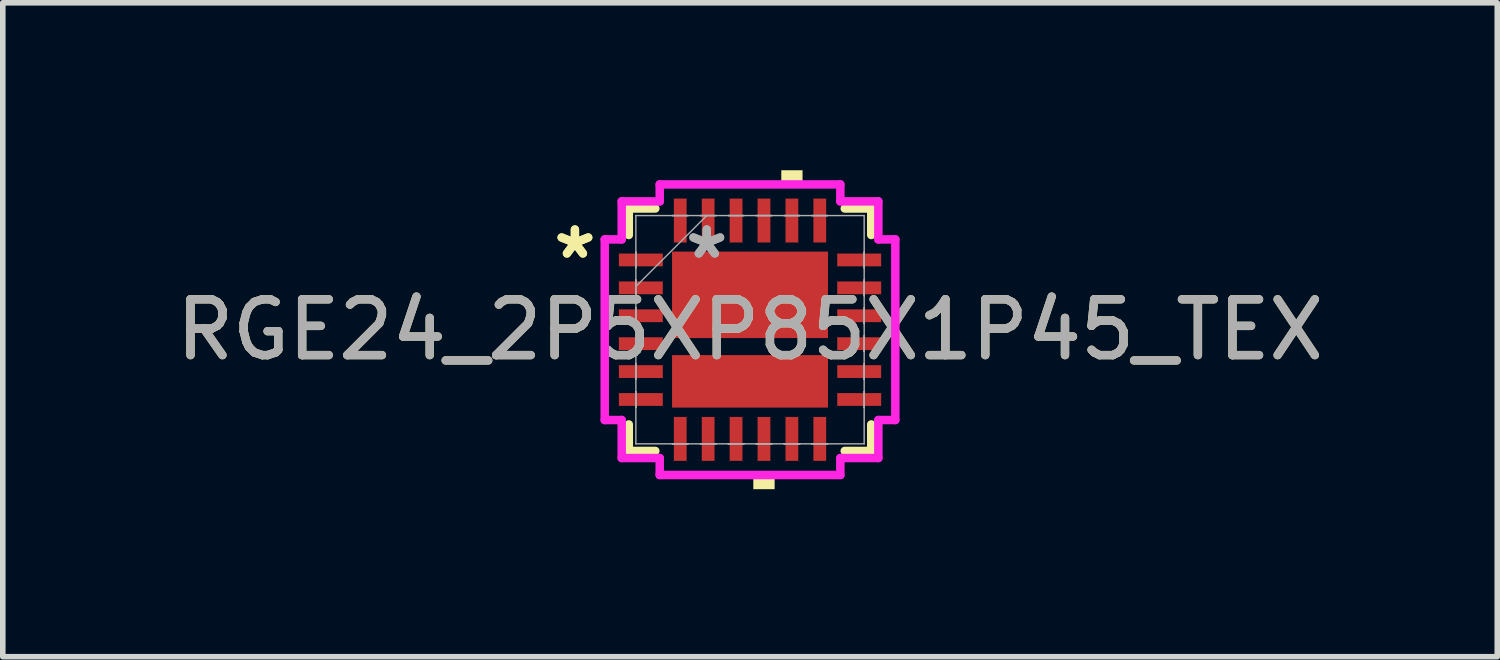
<source format=kicad_pcb>
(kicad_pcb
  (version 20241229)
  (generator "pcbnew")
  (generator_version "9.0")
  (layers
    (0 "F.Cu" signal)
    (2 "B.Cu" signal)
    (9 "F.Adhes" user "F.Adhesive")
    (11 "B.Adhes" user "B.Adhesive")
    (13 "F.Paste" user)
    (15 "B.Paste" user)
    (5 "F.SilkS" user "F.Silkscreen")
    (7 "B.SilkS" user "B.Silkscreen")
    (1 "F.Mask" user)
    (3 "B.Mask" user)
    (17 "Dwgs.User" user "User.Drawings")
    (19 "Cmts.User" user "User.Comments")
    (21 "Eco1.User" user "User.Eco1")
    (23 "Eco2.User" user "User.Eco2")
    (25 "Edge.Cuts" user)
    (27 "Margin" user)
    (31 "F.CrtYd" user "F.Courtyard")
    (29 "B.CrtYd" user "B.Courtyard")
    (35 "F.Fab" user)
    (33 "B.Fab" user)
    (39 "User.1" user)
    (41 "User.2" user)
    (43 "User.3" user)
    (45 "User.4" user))
  (footprint "RGE24_2P5XP85X1P45_TEX"
    (layer "F.Cu")
    (at 10.387 2.857)
    (property "Reference" "RGE24_2P5XP85X1P45_TEX" (at 0 0 0) (unlocked yes) (layer "F.SilkS") (effects (font (size 1 1) (thickness 0.15))))
    (attr smd)
    (fp_line (start -2.172 -2.172) (end -2.172 -1.697) (stroke (width 0.152) (type solid)) (layer "F.SilkS"))
    (fp_line (start -2.172 1.697) (end -2.172 2.172) (stroke (width 0.152) (type solid)) (layer "F.SilkS"))
    (fp_line (start -2.172 2.172) (end -1.697 2.172) (stroke (width 0.152) (type solid)) (layer "F.SilkS"))
    (fp_line (start -1.697 -2.172) (end -2.172 -2.172) (stroke (width 0.152) (type solid)) (layer "F.SilkS"))
    (fp_line (start 1.697 2.172) (end 2.172 2.172) (stroke (width 0.152) (type solid)) (layer "F.SilkS"))
    (fp_line (start 2.172 -2.172) (end 1.697 -2.172) (stroke (width 0.152) (type solid)) (layer "F.SilkS"))
    (fp_line (start 2.172 -1.697) (end 2.172 -2.172) (stroke (width 0.152) (type solid)) (layer "F.SilkS"))
    (fp_line (start 2.172 2.172) (end 2.172 1.697) (stroke (width 0.152) (type solid)) (layer "F.SilkS"))
    (fp_poly (pts (xy 0.059 2.603) (xy 0.059 2.857) (xy 0.441 2.857) (xy 0.441 2.603)) (stroke (width 0) (type solid)) (fill yes) (layer "F.SilkS"))
    (fp_poly (pts (xy 0.56 -2.603) (xy 0.56 -2.857) (xy 0.941 -2.857) (xy 0.941 -2.603)) (stroke (width 0) (type solid)) (fill yes) (layer "F.SilkS"))
    (fp_line (start -2.603 -1.618) (end -2.299 -1.618) (stroke (width 0.152) (type solid)) (layer "F.CrtYd"))
    (fp_line (start -2.603 1.618) (end -2.603 -1.618) (stroke (width 0.152) (type solid)) (layer "F.CrtYd"))
    (fp_line (start -2.299 -2.299) (end -1.618 -2.299) (stroke (width 0.152) (type solid)) (layer "F.CrtYd"))
    (fp_line (start -2.299 -1.618) (end -2.299 -2.299) (stroke (width 0.152) (type solid)) (layer "F.CrtYd"))
    (fp_line (start -2.299 1.618) (end -2.603 1.618) (stroke (width 0.152) (type solid)) (layer "F.CrtYd"))
    (fp_line (start -2.299 2.299) (end -2.299 1.618) (stroke (width 0.152) (type solid)) (layer "F.CrtYd"))
    (fp_line (start -1.618 -2.603) (end 1.618 -2.603) (stroke (width 0.152) (type solid)) (layer "F.CrtYd"))
    (fp_line (start -1.618 -2.299) (end -1.618 -2.603) (stroke (width 0.152) (type solid)) (layer "F.CrtYd"))
    (fp_line (start -1.618 2.299) (end -2.299 2.299) (stroke (width 0.152) (type solid)) (layer "F.CrtYd"))
    (fp_line (start -1.618 2.603) (end -1.618 2.299) (stroke (width 0.152) (type solid)) (layer "F.CrtYd"))
    (fp_line (start 1.618 -2.603) (end 1.618 -2.299) (stroke (width 0.152) (type solid)) (layer "F.CrtYd"))
    (fp_line (start 1.618 -2.299) (end 2.299 -2.299) (stroke (width 0.152) (type solid)) (layer "F.CrtYd"))
    (fp_line (start 1.618 2.299) (end 1.618 2.603) (stroke (width 0.152) (type solid)) (layer "F.CrtYd"))
    (fp_line (start 1.618 2.603) (end -1.618 2.603) (stroke (width 0.152) (type solid)) (layer "F.CrtYd"))
    (fp_line (start 2.299 -2.299) (end 2.299 -1.618) (stroke (width 0.152) (type solid)) (layer "F.CrtYd"))
    (fp_line (start 2.299 -1.618) (end 2.603 -1.618) (stroke (width 0.152) (type solid)) (layer "F.CrtYd"))
    (fp_line (start 2.299 1.618) (end 2.299 2.299) (stroke (width 0.152) (type solid)) (layer "F.CrtYd"))
    (fp_line (start 2.299 2.299) (end 1.618 2.299) (stroke (width 0.152) (type solid)) (layer "F.CrtYd"))
    (fp_line (start 2.603 -1.618) (end 2.603 1.618) (stroke (width 0.152) (type solid)) (layer "F.CrtYd"))
    (fp_line (start 2.603 1.618) (end 2.299 1.618) (stroke (width 0.152) (type solid)) (layer "F.CrtYd"))
    (fp_line (start -2.045 -2.045) (end -2.045 2.045) (stroke (width 0.025) (type solid)) (layer "F.Fab"))
    (fp_line (start -2.045 -1.39) (end -2.045 -1.39) (stroke (width 0.025) (type solid)) (layer "F.Fab"))
    (fp_line (start -2.045 -1.39) (end -2.045 -1.11) (stroke (width 0.025) (type solid)) (layer "F.Fab"))
    (fp_line (start -2.045 -1.11) (end -2.045 -1.39) (stroke (width 0.025) (type solid)) (layer "F.Fab"))
    (fp_line (start -2.045 -1.11) (end -2.045 -1.11) (stroke (width 0.025) (type solid)) (layer "F.Fab"))
    (fp_line (start -2.045 -0.89) (end -2.045 -0.89) (stroke (width 0.025) (type solid)) (layer "F.Fab"))
    (fp_line (start -2.045 -0.89) (end -2.045 -0.61) (stroke (width 0.025) (type solid)) (layer "F.Fab"))
    (fp_line (start -2.045 -0.775) (end -0.775 -2.045) (stroke (width 0.025) (type solid)) (layer "F.Fab"))
    (fp_line (start -2.045 -0.61) (end -2.045 -0.89) (stroke (width 0.025) (type solid)) (layer "F.Fab"))
    (fp_line (start -2.045 -0.61) (end -2.045 -0.61) (stroke (width 0.025) (type solid)) (layer "F.Fab"))
    (fp_line (start -2.045 -0.39) (end -2.045 -0.39) (stroke (width 0.025) (type solid)) (layer "F.Fab"))
    (fp_line (start -2.045 -0.39) (end -2.045 -0.11) (stroke (width 0.025) (type solid)) (layer "F.Fab"))
    (fp_line (start -2.045 -0.11) (end -2.045 -0.39) (stroke (width 0.025) (type solid)) (layer "F.Fab"))
    (fp_line (start -2.045 -0.11) (end -2.045 -0.11) (stroke (width 0.025) (type solid)) (layer "F.Fab"))
    (fp_line (start -2.045 0.11) (end -2.045 0.11) (stroke (width 0.025) (type solid)) (layer "F.Fab"))
    (fp_line (start -2.045 0.11) (end -2.045 0.39) (stroke (width 0.025) (type solid)) (layer "F.Fab"))
    (fp_line (start -2.045 0.39) (end -2.045 0.11) (stroke (width 0.025) (type solid)) (layer "F.Fab"))
    (fp_line (start -2.045 0.39) (end -2.045 0.39) (stroke (width 0.025) (type solid)) (layer "F.Fab"))
    (fp_line (start -2.045 0.61) (end -2.045 0.61) (stroke (width 0.025) (type solid)) (layer "F.Fab"))
    (fp_line (start -2.045 0.61) (end -2.045 0.89) (stroke (width 0.025) (type solid)) (layer "F.Fab"))
    (fp_line (start -2.045 0.89) (end -2.045 0.61) (stroke (width 0.025) (type solid)) (layer "F.Fab"))
    (fp_line (start -2.045 0.89) (end -2.045 0.89) (stroke (width 0.025) (type solid)) (layer "F.Fab"))
    (fp_line (start -2.045 1.11) (end -2.045 1.11) (stroke (width 0.025) (type solid)) (layer "F.Fab"))
    (fp_line (start -2.045 1.11) (end -2.045 1.39) (stroke (width 0.025) (type solid)) (layer "F.Fab"))
    (fp_line (start -2.045 1.39) (end -2.045 1.11) (stroke (width 0.025) (type solid)) (layer "F.Fab"))
    (fp_line (start -2.045 1.39) (end -2.045 1.39) (stroke (width 0.025) (type solid)) (layer "F.Fab"))
    (fp_line (start -2.045 2.045) (end 2.045 2.045) (stroke (width 0.025) (type solid)) (layer "F.Fab"))
    (fp_line (start -1.39 -2.045) (end -1.39 -2.045) (stroke (width 0.025) (type solid)) (layer "F.Fab"))
    (fp_line (start -1.39 -2.045) (end -1.11 -2.045) (stroke (width 0.025) (type solid)) (layer "F.Fab"))
    (fp_line (start -1.39 2.045) (end -1.39 2.045) (stroke (width 0.025) (type solid)) (layer "F.Fab"))
    (fp_line (start -1.39 2.045) (end -1.11 2.045) (stroke (width 0.025) (type solid)) (layer "F.Fab"))
    (fp_line (start -1.11 -2.045) (end -1.39 -2.045) (stroke (width 0.025) (type solid)) (layer "F.Fab"))
    (fp_line (start -1.11 -2.045) (end -1.11 -2.045) (stroke (width 0.025) (type solid)) (layer "F.Fab"))
    (fp_line (start -1.11 2.045) (end -1.39 2.045) (stroke (width 0.025) (type solid)) (layer "F.Fab"))
    (fp_line (start -1.11 2.045) (end -1.11 2.045) (stroke (width 0.025) (type solid)) (layer "F.Fab"))
    (fp_line (start -0.89 -2.045) (end -0.89 -2.045) (stroke (width 0.025) (type solid)) (layer "F.Fab"))
    (fp_line (start -0.89 -2.045) (end -0.61 -2.045) (stroke (width 0.025) (type solid)) (layer "F.Fab"))
    (fp_line (start -0.89 2.045) (end -0.89 2.045) (stroke (width 0.025) (type solid)) (layer "F.Fab"))
    (fp_line (start -0.89 2.045) (end -0.61 2.045) (stroke (width 0.025) (type solid)) (layer "F.Fab"))
    (fp_line (start -0.61 -2.045) (end -0.89 -2.045) (stroke (width 0.025) (type solid)) (layer "F.Fab"))
    (fp_line (start -0.61 -2.045) (end -0.61 -2.045) (stroke (width 0.025) (type solid)) (layer "F.Fab"))
    (fp_line (start -0.61 2.045) (end -0.89 2.045) (stroke (width 0.025) (type solid)) (layer "F.Fab"))
    (fp_line (start -0.61 2.045) (end -0.61 2.045) (stroke (width 0.025) (type solid)) (layer "F.Fab"))
    (fp_line (start -0.39 -2.045) (end -0.39 -2.045) (stroke (width 0.025) (type solid)) (layer "F.Fab"))
    (fp_line (start -0.39 -2.045) (end -0.11 -2.045) (stroke (width 0.025) (type solid)) (layer "F.Fab"))
    (fp_line (start -0.39 2.045) (end -0.39 2.045) (stroke (width 0.025) (type solid)) (layer "F.Fab"))
    (fp_line (start -0.39 2.045) (end -0.11 2.045) (stroke (width 0.025) (type solid)) (layer "F.Fab"))
    (fp_line (start -0.11 -2.045) (end -0.39 -2.045) (stroke (width 0.025) (type solid)) (layer "F.Fab"))
    (fp_line (start -0.11 -2.045) (end -0.11 -2.045) (stroke (width 0.025) (type solid)) (layer "F.Fab"))
    (fp_line (start -0.11 2.045) (end -0.39 2.045) (stroke (width 0.025) (type solid)) (layer "F.Fab"))
    (fp_line (start -0.11 2.045) (end -0.11 2.045) (stroke (width 0.025) (type solid)) (layer "F.Fab"))
    (fp_line (start 0.11 -2.045) (end 0.11 -2.045) (stroke (width 0.025) (type solid)) (layer "F.Fab"))
    (fp_line (start 0.11 -2.045) (end 0.39 -2.045) (stroke (width 0.025) (type solid)) (layer "F.Fab"))
    (fp_line (start 0.11 2.045) (end 0.11 2.045) (stroke (width 0.025) (type solid)) (layer "F.Fab"))
    (fp_line (start 0.11 2.045) (end 0.39 2.045) (stroke (width 0.025) (type solid)) (layer "F.Fab"))
    (fp_line (start 0.39 -2.045) (end 0.11 -2.045) (stroke (width 0.025) (type solid)) (layer "F.Fab"))
    (fp_line (start 0.39 -2.045) (end 0.39 -2.045) (stroke (width 0.025) (type solid)) (layer "F.Fab"))
    (fp_line (start 0.39 2.045) (end 0.11 2.045) (stroke (width 0.025) (type solid)) (layer "F.Fab"))
    (fp_line (start 0.39 2.045) (end 0.39 2.045) (stroke (width 0.025) (type solid)) (layer "F.Fab"))
    (fp_line (start 0.61 -2.045) (end 0.61 -2.045) (stroke (width 0.025) (type solid)) (layer "F.Fab"))
    (fp_line (start 0.61 -2.045) (end 0.89 -2.045) (stroke (width 0.025) (type solid)) (layer "F.Fab"))
    (fp_line (start 0.61 2.045) (end 0.61 2.045) (stroke (width 0.025) (type solid)) (layer "F.Fab"))
    (fp_line (start 0.61 2.045) (end 0.89 2.045) (stroke (width 0.025) (type solid)) (layer "F.Fab"))
    (fp_line (start 0.89 -2.045) (end 0.61 -2.045) (stroke (width 0.025) (type solid)) (layer "F.Fab"))
    (fp_line (start 0.89 -2.045) (end 0.89 -2.045) (stroke (width 0.025) (type solid)) (layer "F.Fab"))
    (fp_line (start 0.89 2.045) (end 0.61 2.045) (stroke (width 0.025) (type solid)) (layer "F.Fab"))
    (fp_line (start 0.89 2.045) (end 0.89 2.045) (stroke (width 0.025) (type solid)) (layer "F.Fab"))
    (fp_line (start 1.11 -2.045) (end 1.11 -2.045) (stroke (width 0.025) (type solid)) (layer "F.Fab"))
    (fp_line (start 1.11 -2.045) (end 1.39 -2.045) (stroke (width 0.025) (type solid)) (layer "F.Fab"))
    (fp_line (start 1.11 2.045) (end 1.11 2.045) (stroke (width 0.025) (type solid)) (layer "F.Fab"))
    (fp_line (start 1.11 2.045) (end 1.39 2.045) (stroke (width 0.025) (type solid)) (layer "F.Fab"))
    (fp_line (start 1.39 -2.045) (end 1.11 -2.045) (stroke (width 0.025) (type solid)) (layer "F.Fab"))
    (fp_line (start 1.39 -2.045) (end 1.39 -2.045) (stroke (width 0.025) (type solid)) (layer "F.Fab"))
    (fp_line (start 1.39 2.045) (end 1.11 2.045) (stroke (width 0.025) (type solid)) (layer "F.Fab"))
    (fp_line (start 1.39 2.045) (end 1.39 2.045) (stroke (width 0.025) (type solid)) (layer "F.Fab"))
    (fp_line (start 2.045 -2.045) (end -2.045 -2.045) (stroke (width 0.025) (type solid)) (layer "F.Fab"))
    (fp_line (start 2.045 -1.39) (end 2.045 -1.39) (stroke (width 0.025) (type solid)) (layer "F.Fab"))
    (fp_line (start 2.045 -1.39) (end 2.045 -1.11) (stroke (width 0.025) (type solid)) (layer "F.Fab"))
    (fp_line (start 2.045 -1.11) (end 2.045 -1.39) (stroke (width 0.025) (type solid)) (layer "F.Fab"))
    (fp_line (start 2.045 -1.11) (end 2.045 -1.11) (stroke (width 0.025) (type solid)) (layer "F.Fab"))
    (fp_line (start 2.045 -0.89) (end 2.045 -0.89) (stroke (width 0.025) (type solid)) (layer "F.Fab"))
    (fp_line (start 2.045 -0.89) (end 2.045 -0.61) (stroke (width 0.025) (type solid)) (layer "F.Fab"))
    (fp_line (start 2.045 -0.61) (end 2.045 -0.89) (stroke (width 0.025) (type solid)) (layer "F.Fab"))
    (fp_line (start 2.045 -0.61) (end 2.045 -0.61) (stroke (width 0.025) (type solid)) (layer "F.Fab"))
    (fp_line (start 2.045 -0.39) (end 2.045 -0.39) (stroke (width 0.025) (type solid)) (layer "F.Fab"))
    (fp_line (start 2.045 -0.39) (end 2.045 -0.11) (stroke (width 0.025) (type solid)) (layer "F.Fab"))
    (fp_line (start 2.045 -0.11) (end 2.045 -0.39) (stroke (width 0.025) (type solid)) (layer "F.Fab"))
    (fp_line (start 2.045 -0.11) (end 2.045 -0.11) (stroke (width 0.025) (type solid)) (layer "F.Fab"))
    (fp_line (start 2.045 0.11) (end 2.045 0.11) (stroke (width 0.025) (type solid)) (layer "F.Fab"))
    (fp_line (start 2.045 0.11) (end 2.045 0.39) (stroke (width 0.025) (type solid)) (layer "F.Fab"))
    (fp_line (start 2.045 0.39) (end 2.045 0.11) (stroke (width 0.025) (type solid)) (layer "F.Fab"))
    (fp_line (start 2.045 0.39) (end 2.045 0.39) (stroke (width 0.025) (type solid)) (layer "F.Fab"))
    (fp_line (start 2.045 0.61) (end 2.045 0.61) (stroke (width 0.025) (type solid)) (layer "F.Fab"))
    (fp_line (start 2.045 0.61) (end 2.045 0.89) (stroke (width 0.025) (type solid)) (layer "F.Fab"))
    (fp_line (start 2.045 0.89) (end 2.045 0.61) (stroke (width 0.025) (type solid)) (layer "F.Fab"))
    (fp_line (start 2.045 0.89) (end 2.045 0.89) (stroke (width 0.025) (type solid)) (layer "F.Fab"))
    (fp_line (start 2.045 1.11) (end 2.045 1.11) (stroke (width 0.025) (type solid)) (layer "F.Fab"))
    (fp_line (start 2.045 1.11) (end 2.045 1.39) (stroke (width 0.025) (type solid)) (layer "F.Fab"))
    (fp_line (start 2.045 1.39) (end 2.045 1.11) (stroke (width 0.025) (type solid)) (layer "F.Fab"))
    (fp_line (start 2.045 1.39) (end 2.045 1.39) (stroke (width 0.025) (type solid)) (layer "F.Fab"))
    (fp_line (start 2.045 2.045) (end 2.045 -2.045) (stroke (width 0.025) (type solid)) (layer "F.Fab"))
    (fp_text user "*" (at -3.137 -1.25 0) (unlocked yes) (layer "F.SilkS") (effects (font (size 1 1) (thickness 0.15))))
    (fp_text user "*" (at -3.137 -1.25 0) (layer "F.SilkS") (effects (font (size 1 1) (thickness 0.15))))
    (fp_text user "*" (at -0.775 -1.25 0) (unlocked yes) (layer "F.Fab") (effects (font (size 1 1) (thickness 0.15))))
    (fp_text user "*" (at -0.775 -1.25 0) (layer "F.Fab") (effects (font (size 1 1) (thickness 0.15))))
    (fp_text user "${REFERENCE}" (at 0 0 0) (unlocked yes) (layer "F.Fab") (effects (font (size 1 1) (thickness 0.15))))
    (pad "1" smd rect (at -1.956 -1.25 90) (size 0.229 0.787) (layers "F.Cu" "F.Mask" "F.Paste"))
    (pad "2" smd rect (at -1.956 -0.75 90) (size 0.229 0.787) (layers "F.Cu" "F.Mask" "F.Paste"))
    (pad "3" smd rect (at -1.956 -0.25 90) (size 0.229 0.787) (layers "F.Cu" "F.Mask" "F.Paste"))
    (pad "4" smd rect (at -1.956 0.25 90) (size 0.229 0.787) (layers "F.Cu" "F.Mask" "F.Paste"))
    (pad "5" smd rect (at -1.956 0.75 90) (size 0.229 0.787) (layers "F.Cu" "F.Mask" "F.Paste"))
    (pad "6" smd rect (at -1.956 1.25 90) (size 0.229 0.787) (layers "F.Cu" "F.Mask" "F.Paste"))
    (pad "7" smd rect (at -1.25 1.956) (size 0.229 0.787) (layers "F.Cu" "F.Mask" "F.Paste"))
    (pad "8" smd rect (at -0.75 1.956) (size 0.229 0.787) (layers "F.Cu" "F.Mask" "F.Paste"))
    (pad "9" smd rect (at -0.25 1.956) (size 0.229 0.787) (layers "F.Cu" "F.Mask" "F.Paste"))
    (pad "10" smd rect (at 0.25 1.956) (size 0.229 0.787) (layers "F.Cu" "F.Mask" "F.Paste"))
    (pad "11" smd rect (at 0.75 1.956) (size 0.229 0.787) (layers "F.Cu" "F.Mask" "F.Paste"))
    (pad "12" smd rect (at 1.25 1.956) (size 0.229 0.787) (layers "F.Cu" "F.Mask" "F.Paste"))
    (pad "13" smd rect (at 1.956 1.25 90) (size 0.229 0.787) (layers "F.Cu" "F.Mask" "F.Paste"))
    (pad "14" smd rect (at 1.956 0.75 90) (size 0.229 0.787) (layers "F.Cu" "F.Mask" "F.Paste"))
    (pad "15" smd rect (at 1.956 0.25 90) (size 0.229 0.787) (layers "F.Cu" "F.Mask" "F.Paste"))
    (pad "16" smd rect (at 1.956 -0.25 90) (size 0.229 0.787) (layers "F.Cu" "F.Mask" "F.Paste"))
    (pad "17" smd rect (at 1.956 -0.75 90) (size 0.229 0.787) (layers "F.Cu" "F.Mask" "F.Paste"))
    (pad "18" smd rect (at 1.956 -1.25 90) (size 0.229 0.787) (layers "F.Cu" "F.Mask" "F.Paste"))
    (pad "19" smd rect (at 1.25 -1.956) (size 0.229 0.787) (layers "F.Cu" "F.Mask" "F.Paste"))
    (pad "20" smd rect (at 0.75 -1.956) (size 0.229 0.787) (layers "F.Cu" "F.Mask" "F.Paste"))
    (pad "21" smd rect (at 0.25 -1.956) (size 0.229 0.787) (layers "F.Cu" "F.Mask" "F.Paste"))
    (pad "22" smd rect (at -0.25 -1.956) (size 0.229 0.787) (layers "F.Cu" "F.Mask" "F.Paste"))
    (pad "23" smd rect (at -0.75 -1.956) (size 0.229 0.787) (layers "F.Cu" "F.Mask" "F.Paste"))
    (pad "24" smd rect (at -1.25 -1.956) (size 0.229 0.787) (layers "F.Cu" "F.Mask" "F.Paste"))
    (pad "25" smd rect (at 0 -0.625) (size 2.794 1.549) (layers "F.Cu" "F.Mask" "F.Paste"))
    (pad "26" smd rect (at 0 0.925) (size 2.794 0.94) (layers "F.Cu" "F.Mask" "F.Paste")))
  (gr_rect
    (start -3 -3)
    (end 23.774 8.715)
    (stroke (width 0.1) (type default))
    (fill no)
    (layer "Edge.Cuts")))
</source>
